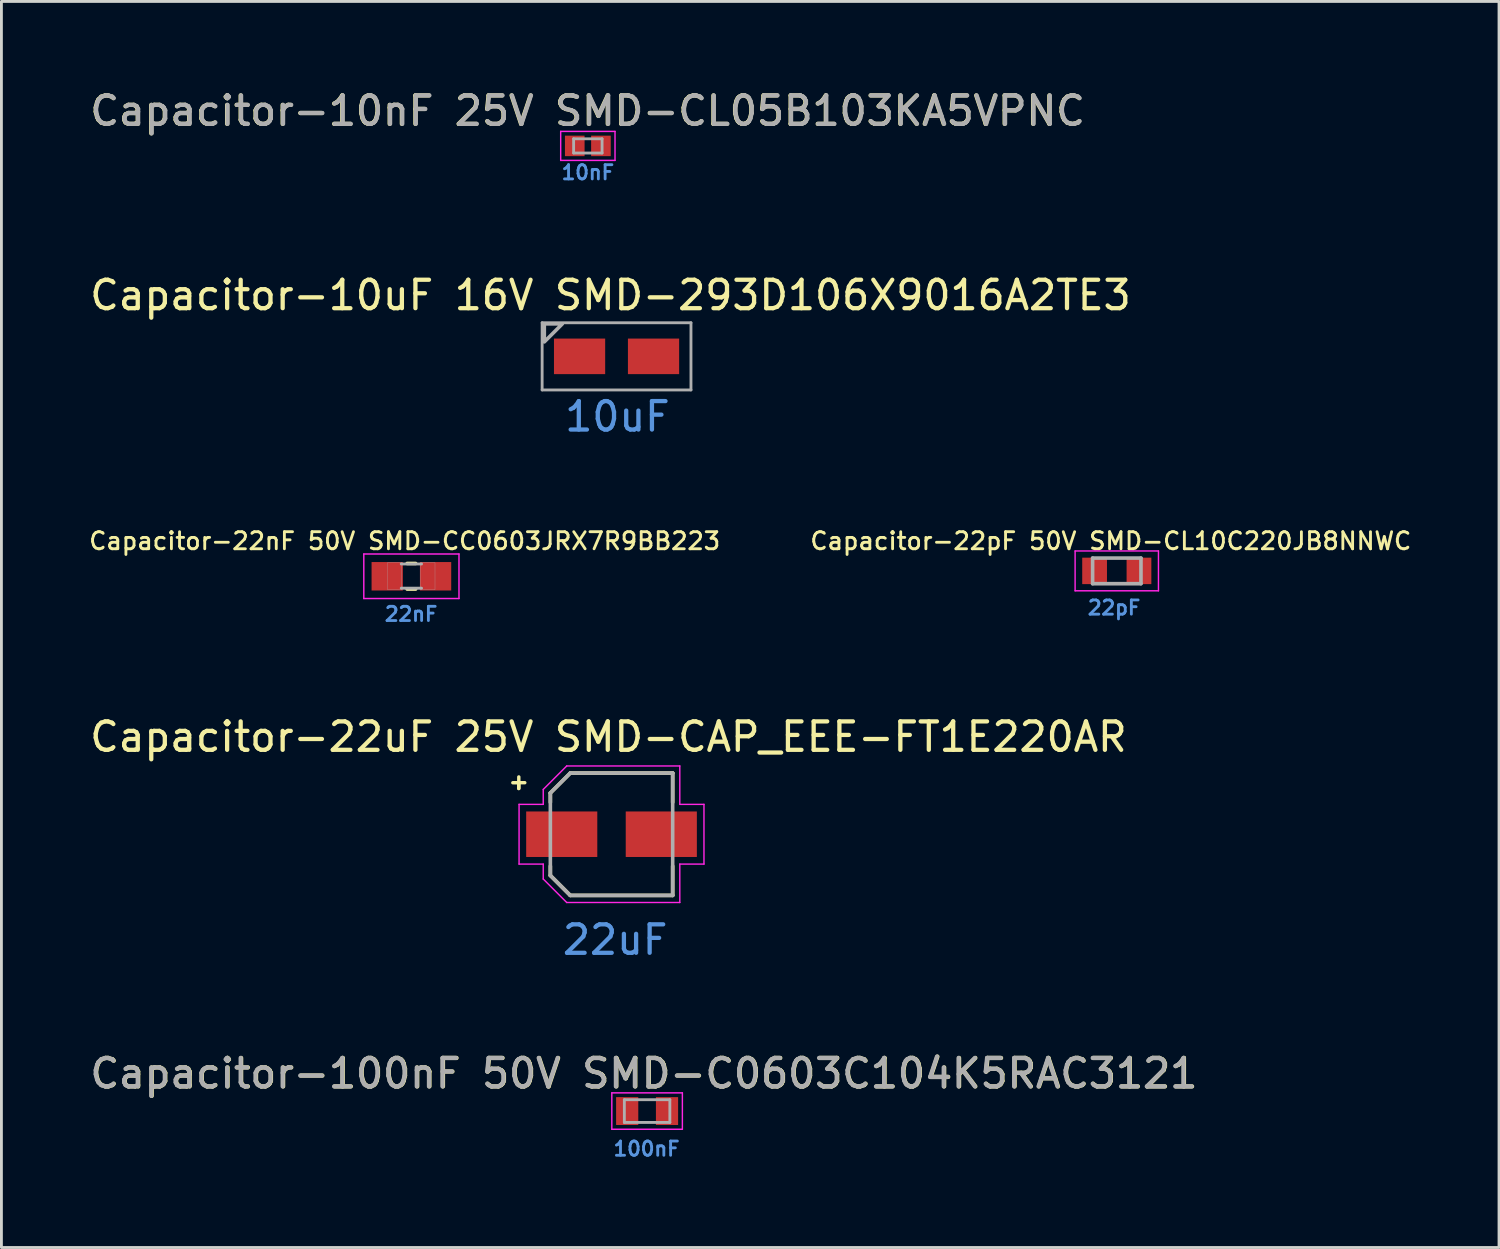
<source format=kicad_pcb>
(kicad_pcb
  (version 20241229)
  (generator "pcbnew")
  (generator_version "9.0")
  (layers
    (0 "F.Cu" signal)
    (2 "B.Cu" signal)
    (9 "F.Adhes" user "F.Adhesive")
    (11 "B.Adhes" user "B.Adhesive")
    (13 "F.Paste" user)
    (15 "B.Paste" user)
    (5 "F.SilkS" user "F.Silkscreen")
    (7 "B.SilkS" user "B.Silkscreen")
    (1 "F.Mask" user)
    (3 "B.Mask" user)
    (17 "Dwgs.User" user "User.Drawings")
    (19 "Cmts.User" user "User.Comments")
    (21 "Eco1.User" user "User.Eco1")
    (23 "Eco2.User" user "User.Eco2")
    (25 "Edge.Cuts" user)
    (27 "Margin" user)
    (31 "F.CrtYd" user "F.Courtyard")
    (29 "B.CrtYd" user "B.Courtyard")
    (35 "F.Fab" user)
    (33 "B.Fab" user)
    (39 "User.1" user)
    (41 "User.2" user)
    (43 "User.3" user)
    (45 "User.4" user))
  (footprint "Capacitor-22uF 25V SMD-CAP_EEE-FT1E220AR"
    (layer "F.Cu")
    (at 18.447 26.276)
    (property "Reference" "Capacitor-22uF 25V SMD-CAP_EEE-FT1E220AR" (at -0.108 -3.422 0) (layer "F.SilkS") (effects (font (size 1 1) (thickness 0.15))))
    (attr smd)
    (fp_line (start -3.26 -1.608) (end -3.26 -1.811) (stroke (width 0.12) (type solid)) (layer "F.SilkS"))
    (fp_line (start -3.259 -2.014) (end -3.26 -1.608) (stroke (width 0.12) (type solid)) (layer "F.SilkS"))
    (fp_line (start -3.049 -1.811) (end -3.469 -1.81) (stroke (width 0.12) (type solid)) (layer "F.SilkS"))
    (fp_line (start -2.15 -1.45) (end -2.15 -1.12) (stroke (width 0.127) (type solid)) (layer "F.SilkS"))
    (fp_line (start -2.15 1.12) (end -2.15 1.45) (stroke (width 0.127) (type solid)) (layer "F.SilkS"))
    (fp_line (start -2.15 1.45) (end -1.45 2.15) (stroke (width 0.127) (type solid)) (layer "F.SilkS"))
    (fp_line (start -1.45 -2.15) (end -2.15 -1.45) (stroke (width 0.127) (type solid)) (layer "F.SilkS"))
    (fp_line (start -1.45 2.15) (end 2.15 2.15) (stroke (width 0.127) (type solid)) (layer "F.SilkS"))
    (fp_line (start 2.15 -2.15) (end -1.45 -2.15) (stroke (width 0.127) (type solid)) (layer "F.SilkS"))
    (fp_line (start 2.15 -1.12) (end 2.15 -2.15) (stroke (width 0.127) (type solid)) (layer "F.SilkS"))
    (fp_line (start 2.15 2.15) (end 2.15 1.12) (stroke (width 0.127) (type solid)) (layer "F.SilkS"))
    (fp_line (start -3.25 -1.05) (end -2.4 -1.05) (stroke (width 0.05) (type solid)) (layer "F.CrtYd"))
    (fp_line (start -3.25 1.05) (end -3.25 -1.05) (stroke (width 0.05) (type solid)) (layer "F.CrtYd"))
    (fp_line (start -2.4 -1.575) (end -1.575 -2.4) (stroke (width 0.05) (type solid)) (layer "F.CrtYd"))
    (fp_line (start -2.4 -1.05) (end -2.4 -1.575) (stroke (width 0.05) (type solid)) (layer "F.CrtYd"))
    (fp_line (start -2.4 1.05) (end -3.25 1.05) (stroke (width 0.05) (type solid)) (layer "F.CrtYd"))
    (fp_line (start -2.4 1.575) (end -2.4 1.05) (stroke (width 0.05) (type solid)) (layer "F.CrtYd"))
    (fp_line (start -1.575 -2.4) (end 2.4 -2.4) (stroke (width 0.05) (type solid)) (layer "F.CrtYd"))
    (fp_line (start -1.575 2.4) (end -2.4 1.575) (stroke (width 0.05) (type solid)) (layer "F.CrtYd"))
    (fp_line (start 2.4 -2.4) (end 2.4 -1.05) (stroke (width 0.05) (type solid)) (layer "F.CrtYd"))
    (fp_line (start 2.4 -1.05) (end 3.25 -1.05) (stroke (width 0.05) (type solid)) (layer "F.CrtYd"))
    (fp_line (start 2.4 1.05) (end 2.4 2.4) (stroke (width 0.05) (type solid)) (layer "F.CrtYd"))
    (fp_line (start 2.4 2.4) (end -1.575 2.4) (stroke (width 0.05) (type solid)) (layer "F.CrtYd"))
    (fp_line (start 3.25 -1.05) (end 3.25 1.05) (stroke (width 0.05) (type solid)) (layer "F.CrtYd"))
    (fp_line (start 3.25 1.05) (end 2.4 1.05) (stroke (width 0.05) (type solid)) (layer "F.CrtYd"))
    (fp_line (start -2.15 -1.45) (end -2.15 1.45) (stroke (width 0.127) (type solid)) (layer "F.Fab"))
    (fp_line (start -2.15 1.45) (end -1.45 2.15) (stroke (width 0.127) (type solid)) (layer "F.Fab"))
    (fp_line (start -1.45 -2.15) (end -2.15 -1.45) (stroke (width 0.127) (type solid)) (layer "F.Fab"))
    (fp_line (start -1.45 2.15) (end 2.15 2.15) (stroke (width 0.127) (type solid)) (layer "F.Fab"))
    (fp_line (start 2.15 -2.15) (end -1.45 -2.15) (stroke (width 0.127) (type solid)) (layer "F.Fab"))
    (fp_line (start 2.15 2.15) (end 2.15 -2.15) (stroke (width 0.127) (type solid)) (layer "F.Fab"))
    (fp_text user "22uF" (at 0.126 3.713 0) (unlocked yes) (layer "Cmts.User") (effects (font (size 1 1) (thickness 0.15))))
    (pad "1" smd rect (at -1.75 0) (size 2.5 1.6) (layers "F.Cu" "F.Mask" "F.Paste"))
    (pad "2" smd rect (at 1.75 0) (size 2.5 1.6) (layers "F.Cu" "F.Mask" "F.Paste")))
  (footprint "Capacitor-22nF 50V SMD-CC0603JRX7R9BB223"
    (layer "F.Cu")
    (at 11.412 17.208)
    (property "Reference" "Capacitor-22nF 50V SMD-CC0603JRX7R9BB223" (at -0.236 -1.239 0) (layer "F.SilkS") (effects (font (size 0.6 0.6) (thickness 0.1))))
    (attr smd)
    (fp_line (start -0.15 -0.45) (end 0.15 -0.45) (stroke (width 0.127) (type solid)) (layer "F.SilkS"))
    (fp_line (start -0.15 0.45) (end 0.15 0.45) (stroke (width 0.127) (type solid)) (layer "F.SilkS"))
    (fp_line (start -1.673 -0.783) (end 1.673 -0.783) (stroke (width 0.051) (type solid)) (layer "F.CrtYd"))
    (fp_line (start -1.673 0.783) (end -1.673 -0.783) (stroke (width 0.051) (type solid)) (layer "F.CrtYd"))
    (fp_line (start 1.673 -0.783) (end 1.673 0.783) (stroke (width 0.051) (type solid)) (layer "F.CrtYd"))
    (fp_line (start 1.673 0.783) (end -1.673 0.783) (stroke (width 0.051) (type solid)) (layer "F.CrtYd"))
    (fp_line (start -0.356 -0.432) (end 0.356 -0.432) (stroke (width 0.102) (type solid)) (layer "F.Fab"))
    (fp_line (start -0.356 0.419) (end 0.356 0.419) (stroke (width 0.102) (type solid)) (layer "F.Fab"))
    (fp_poly (pts (xy -0.839 -0.48) (xy -0.338 -0.48) (xy -0.338 0.47) (xy -0.839 0.47)) (stroke (width 0.01) (type solid)) (fill no) (layer "F.Fab"))
    (fp_poly (pts (xy 0.331 -0.48) (xy 0.83 -0.48) (xy 0.83 0.471) (xy 0.331 0.471)) (stroke (width 0.01) (type solid)) (fill no) (layer "F.Fab"))
    (fp_text user "22nF" (at -0.01 1.33 0) (unlocked yes) (layer "Cmts.User") (effects (font (size 0.5 0.5) (thickness 0.1))))
    (pad "1" smd rect (at -0.85 0) (size 1.1 1) (layers "F.Cu" "F.Mask" "F.Paste"))
    (pad "2" smd rect (at 0.85 0) (size 1.1 1) (layers "F.Cu" "F.Mask" "F.Paste")))
  (footprint "Capacitor-10nF 25V SMD-CL05B103KA5VPNC"
    (layer "F.Cu")
    (at 17.615 2.079)
    (property "Reference" "Capacitor-10nF 25V SMD-CL05B103KA5VPNC" (at -0.014 -1.23 0) (layer "F.SilkS") (effects (font (size 1 1) (thickness 0.15))))
    (attr smd)
    (fp_line (start -0.955 -0.51) (end 0.955 -0.51) (stroke (width 0.05) (type solid)) (layer "F.CrtYd"))
    (fp_line (start -0.955 0.51) (end -0.955 -0.51) (stroke (width 0.05) (type solid)) (layer "F.CrtYd"))
    (fp_line (start 0.955 -0.51) (end 0.955 0.51) (stroke (width 0.05) (type solid)) (layer "F.CrtYd"))
    (fp_line (start 0.955 0.51) (end -0.955 0.51) (stroke (width 0.05) (type solid)) (layer "F.CrtYd"))
    (fp_line (start -0.5 -0.25) (end 0.5 -0.25) (stroke (width 0.1) (type solid)) (layer "F.Fab"))
    (fp_line (start -0.5 0.25) (end -0.5 -0.25) (stroke (width 0.1) (type solid)) (layer "F.Fab"))
    (fp_line (start 0.5 -0.25) (end 0.5 0.25) (stroke (width 0.1) (type solid)) (layer "F.Fab"))
    (fp_line (start 0.5 0.25) (end -0.5 0.25) (stroke (width 0.1) (type solid)) (layer "F.Fab"))
    (fp_text user "10nF" (at 0 0.934 0) (unlocked yes) (layer "Cmts.User") (effects (font (size 0.5 0.5) (thickness 0.1))))
    (fp_text user "${REFERENCE}" (at 0 -1.23 0) (layer "F.Fab") (effects (font (size 1 1) (thickness 0.15))))
    (pad "1" smd rect (at -0.46 0) (size 0.69 0.72) (layers "F.Cu" "F.Mask" "F.Paste"))
    (pad "2" smd rect (at 0.46 0) (size 0.69 0.72) (layers "F.Cu" "F.Mask" "F.Paste")))
  (footprint "Capacitor-22pF 50V SMD-CL10C220JB8NNWC"
    (layer "F.Cu")
    (at 36.209 17.019)
    (property "Reference" "Capacitor-22pF 50V SMD-CL10C220JB8NNWC" (at -0.21 -1.05 0) (layer "F.SilkS") (effects (font (size 0.6 0.6) (thickness 0.1))))
    (attr smd)
    (fp_line (start -1.465 -0.7) (end 1.465 -0.7) (stroke (width 0.05) (type solid)) (layer "F.CrtYd"))
    (fp_line (start -1.465 0.7) (end -1.465 -0.7) (stroke (width 0.05) (type solid)) (layer "F.CrtYd"))
    (fp_line (start -1.465 0.7) (end 1.465 0.7) (stroke (width 0.05) (type solid)) (layer "F.CrtYd"))
    (fp_line (start 1.465 0.7) (end 1.465 -0.7) (stroke (width 0.05) (type solid)) (layer "F.CrtYd"))
    (fp_line (start -0.85 0.45) (end -0.85 -0.45) (stroke (width 0.127) (type solid)) (layer "F.Fab"))
    (fp_line (start 0.85 -0.45) (end -0.85 -0.45) (stroke (width 0.127) (type solid)) (layer "F.Fab"))
    (fp_line (start 0.85 0.45) (end -0.85 0.45) (stroke (width 0.127) (type solid)) (layer "F.Fab"))
    (fp_line (start 0.85 0.45) (end 0.85 -0.45) (stroke (width 0.127) (type solid)) (layer "F.Fab"))
    (fp_text user "22pF" (at -0.095 1.295 0) (unlocked yes) (layer "Cmts.User") (effects (font (size 0.5 0.5) (thickness 0.1))))
    (pad "1" smd rect (at -0.78 0) (size 0.87 0.93) (layers "F.Cu" "F.Mask" "F.Paste"))
    (pad "2" smd rect (at 0.78 0) (size 0.87 0.93) (layers "F.Cu" "F.Mask" "F.Paste")))
  (footprint "Capacitor-100nF 50V SMD-C0603C104K5RAC3121"
    (layer "F.Cu")
    (at 19.698 36.008)
    (property "Reference" "Capacitor-100nF 50V SMD-C0603C104K5RAC3121" (at -0.105 -1.322 0) (layer "F.SilkS") (effects (font (size 1 1) (thickness 0.15))))
    (attr smd)
    (fp_line (start -1.24 -0.64) (end 1.24 -0.64) (stroke (width 0.05) (type solid)) (layer "F.CrtYd"))
    (fp_line (start -1.24 0.64) (end -1.24 -0.64) (stroke (width 0.05) (type solid)) (layer "F.CrtYd"))
    (fp_line (start 1.24 -0.64) (end 1.24 0.64) (stroke (width 0.05) (type solid)) (layer "F.CrtYd"))
    (fp_line (start 1.24 0.64) (end -1.24 0.64) (stroke (width 0.05) (type solid)) (layer "F.CrtYd"))
    (fp_line (start -0.8 -0.4) (end 0.8 -0.4) (stroke (width 0.1) (type solid)) (layer "F.Fab"))
    (fp_line (start -0.8 0.4) (end -0.8 -0.4) (stroke (width 0.1) (type solid)) (layer "F.Fab"))
    (fp_line (start 0.8 -0.4) (end 0.8 0.4) (stroke (width 0.1) (type solid)) (layer "F.Fab"))
    (fp_line (start 0.8 0.4) (end -0.8 0.4) (stroke (width 0.1) (type solid)) (layer "F.Fab"))
    (fp_text user "100nF" (at -0.019 1.328 0) (unlocked yes) (layer "Cmts.User") (effects (font (size 0.5 0.5) (thickness 0.1))))
    (fp_text user "${REFERENCE}" (at -0.12 -1.322 0) (layer "F.Fab") (effects (font (size 1 1) (thickness 0.15))))
    (pad "1" smd rect (at -0.7 0) (size 0.78 0.98) (layers "F.Cu" "F.Mask" "F.Paste"))
    (pad "2" smd rect (at 0.7 0) (size 0.78 0.98) (layers "F.Cu" "F.Mask" "F.Paste")))
  (footprint "Capacitor-10uF 16V SMD-293D106X9016A2TE3"
    (layer "F.Cu")
    (at 18.624 9.477)
    (property "Reference" "Capacitor-10uF 16V SMD-293D106X9016A2TE3" (at -0.213 -2.148 0) (layer "F.SilkS") (effects (font (size 1 1) (thickness 0.15))))
    (attr smd)
    (fp_line (start -2.616 -1.181) (end 2.616 -1.181) (stroke (width 0.1) (type solid)) (layer "F.Fab"))
    (fp_line (start -2.616 1.181) (end -2.616 -1.181) (stroke (width 0.1) (type solid)) (layer "F.Fab"))
    (fp_line (start 2.616 -1.181) (end 2.616 1.181) (stroke (width 0.1) (type solid)) (layer "F.Fab"))
    (fp_line (start 2.616 1.181) (end -2.616 1.181) (stroke (width 0.1) (type solid)) (layer "F.Fab"))
    (fp_poly (pts (xy -1.905 -1.143) (xy -2.54 -0.508) (xy -2.54 -1.143)) (stroke (width 0.127) (type solid)) (fill no) (layer "F.Fab"))
    (fp_text user "10uF" (at 0.03 2.118 0) (unlocked yes) (layer "Cmts.User") (effects (font (size 1 1) (thickness 0.15))))
    (pad "1" smd rect (at -1.3 0) (size 1.8 1.25) (layers "F.Cu" "F.Mask" "F.Paste"))
    (pad "2" smd rect (at 1.3 0) (size 1.8 1.25) (layers "F.Cu" "F.Mask" "F.Paste")))
  (gr_rect
    (start -3 -3)
    (end 49.646 40.804)
    (stroke (width 0.1) (type default))
    (fill no)
    (layer "Edge.Cuts")))
</source>
